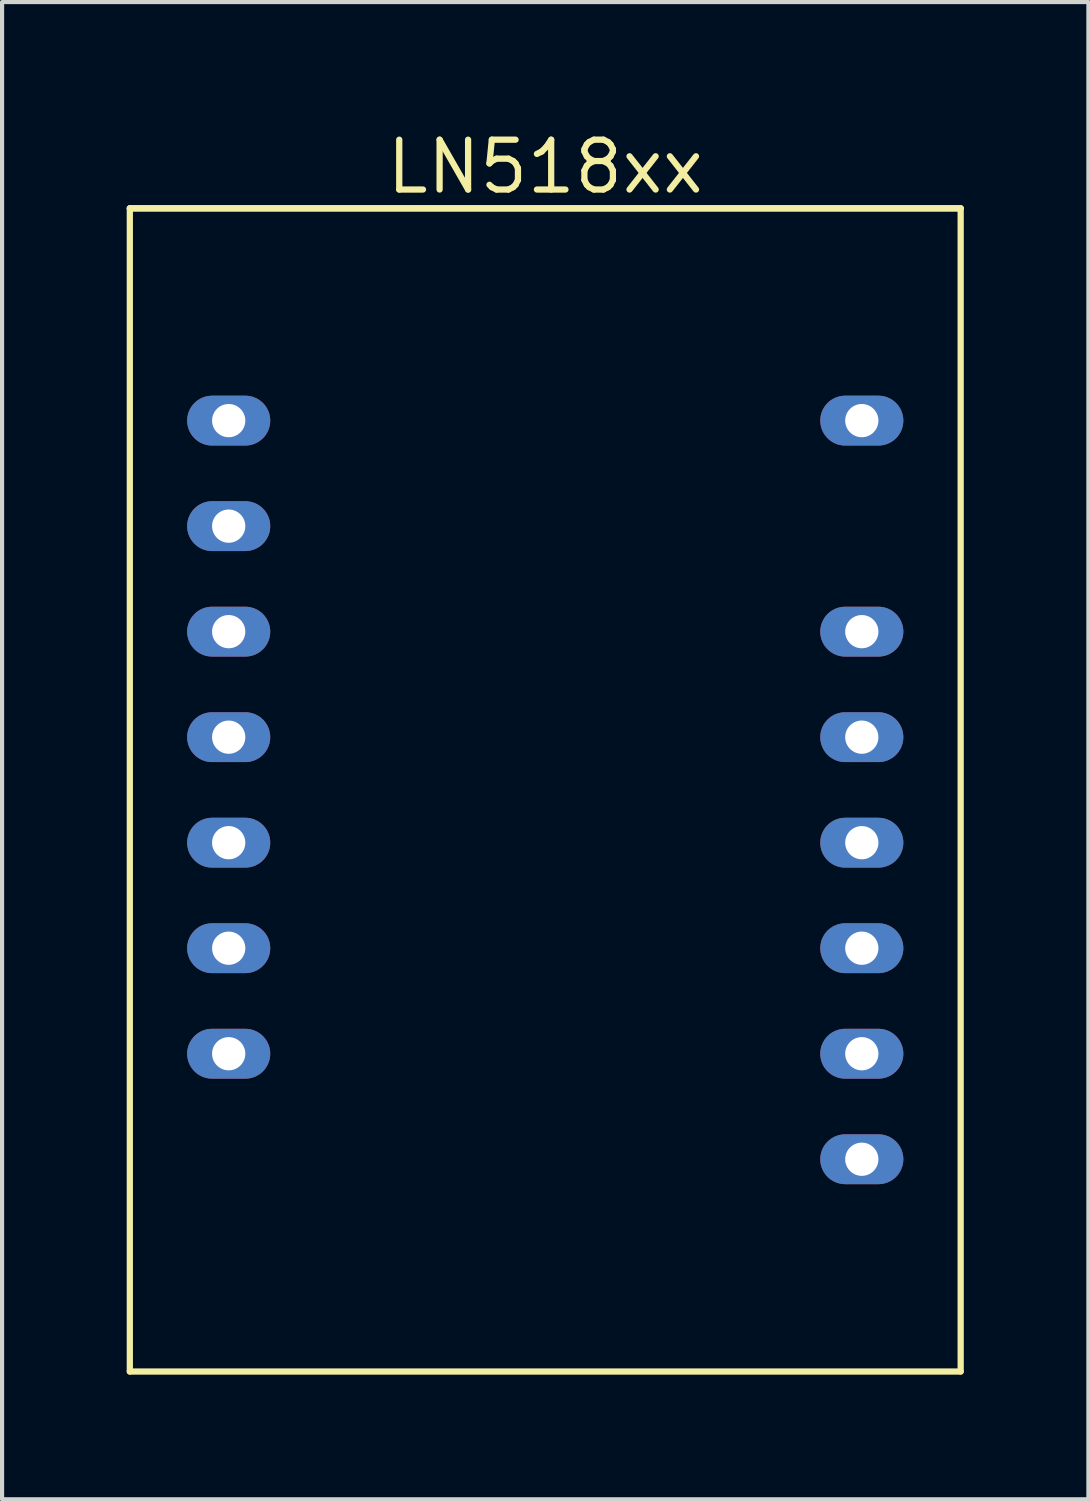
<source format=kicad_pcb>
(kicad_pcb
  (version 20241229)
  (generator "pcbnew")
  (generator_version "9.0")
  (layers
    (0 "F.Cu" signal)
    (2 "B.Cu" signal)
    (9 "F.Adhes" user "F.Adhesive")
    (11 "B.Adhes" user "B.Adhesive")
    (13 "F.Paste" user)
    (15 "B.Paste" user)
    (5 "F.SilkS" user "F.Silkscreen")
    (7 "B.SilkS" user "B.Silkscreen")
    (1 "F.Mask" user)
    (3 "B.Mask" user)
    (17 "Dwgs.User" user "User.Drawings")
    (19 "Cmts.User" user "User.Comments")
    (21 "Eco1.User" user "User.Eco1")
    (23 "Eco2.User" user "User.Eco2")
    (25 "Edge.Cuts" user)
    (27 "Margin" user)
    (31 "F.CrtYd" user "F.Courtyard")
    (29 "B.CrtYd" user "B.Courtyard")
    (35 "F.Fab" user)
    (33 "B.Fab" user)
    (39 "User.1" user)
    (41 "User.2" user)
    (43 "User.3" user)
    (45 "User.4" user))
  (footprint "LN518xx"
    (layer "F.Cu")
    (at 10.075 15.965)
    (property "Reference" "LN518xx" (at 0 -15 0) (layer "F.SilkS") (effects (font (size 1.2 1.2) (thickness 0.15))))
    (attr through_hole)
    (fp_line (start -10 -14) (end -10 14) (stroke (width 0.15) (type solid)) (layer "F.SilkS"))
    (fp_line (start -10 -14) (end 10 -14) (stroke (width 0.15) (type solid)) (layer "F.SilkS"))
    (fp_line (start -10 14) (end 10 14) (stroke (width 0.15) (type solid)) (layer "F.SilkS"))
    (fp_line (start 10 -14) (end -10 -14) (stroke (width 0.15) (type solid)) (layer "F.SilkS"))
    (fp_line (start 10 -14) (end 10 14) (stroke (width 0.15) (type solid)) (layer "F.SilkS"))
    (pad "1" thru_hole oval (at -7.62 -8.89 270) (size 1.2 2) (drill 0.8) (layers "*.Cu" "*.Mask"))
    (pad "2" thru_hole oval (at -7.62 -6.35 270) (size 1.2 2) (drill 0.8) (layers "*.Cu" "*.Mask"))
    (pad "3" thru_hole oval (at -7.62 -3.81 270) (size 1.2 2) (drill 0.8) (layers "*.Cu" "*.Mask"))
    (pad "4" thru_hole oval (at -7.62 -1.27 270) (size 1.2 2) (drill 0.8) (layers "*.Cu" "*.Mask"))
    (pad "5" thru_hole oval (at -7.62 1.27 270) (size 1.2 2) (drill 0.8) (layers "*.Cu" "*.Mask"))
    (pad "6" thru_hole oval (at -7.62 3.81 270) (size 1.2 2) (drill 0.8) (layers "*.Cu" "*.Mask"))
    (pad "7" thru_hole oval (at -7.62 6.35 270) (size 1.2 2) (drill 0.8) (layers "*.Cu" "*.Mask"))
    (pad "9" thru_hole oval (at 7.62 8.89 270) (size 1.2 2) (drill 0.8) (layers "*.Cu" "*.Mask"))
    (pad "10" thru_hole oval (at 7.62 6.35 270) (size 1.2 2) (drill 0.8) (layers "*.Cu" "*.Mask"))
    (pad "11" thru_hole oval (at 7.62 3.81 270) (size 1.2 2) (drill 0.8) (layers "*.Cu" "*.Mask"))
    (pad "12" thru_hole oval (at 7.62 1.27 270) (size 1.2 2) (drill 0.8) (layers "*.Cu" "*.Mask"))
    (pad "13" thru_hole oval (at 7.62 -1.27 270) (size 1.2 2) (drill 0.8) (layers "*.Cu" "*.Mask"))
    (pad "14" thru_hole oval (at 7.62 -3.81 270) (size 1.2 2) (drill 0.8) (layers "*.Cu" "*.Mask"))
    (pad "16" thru_hole oval (at 7.62 -8.89 270) (size 1.2 2) (drill 0.8) (layers "*.Cu" "*.Mask")))
  (gr_rect
    (start -3 -3)
    (end 23.15 33.04)
    (stroke (width 0.1) (type default))
    (fill no)
    (layer "Edge.Cuts")))
</source>
